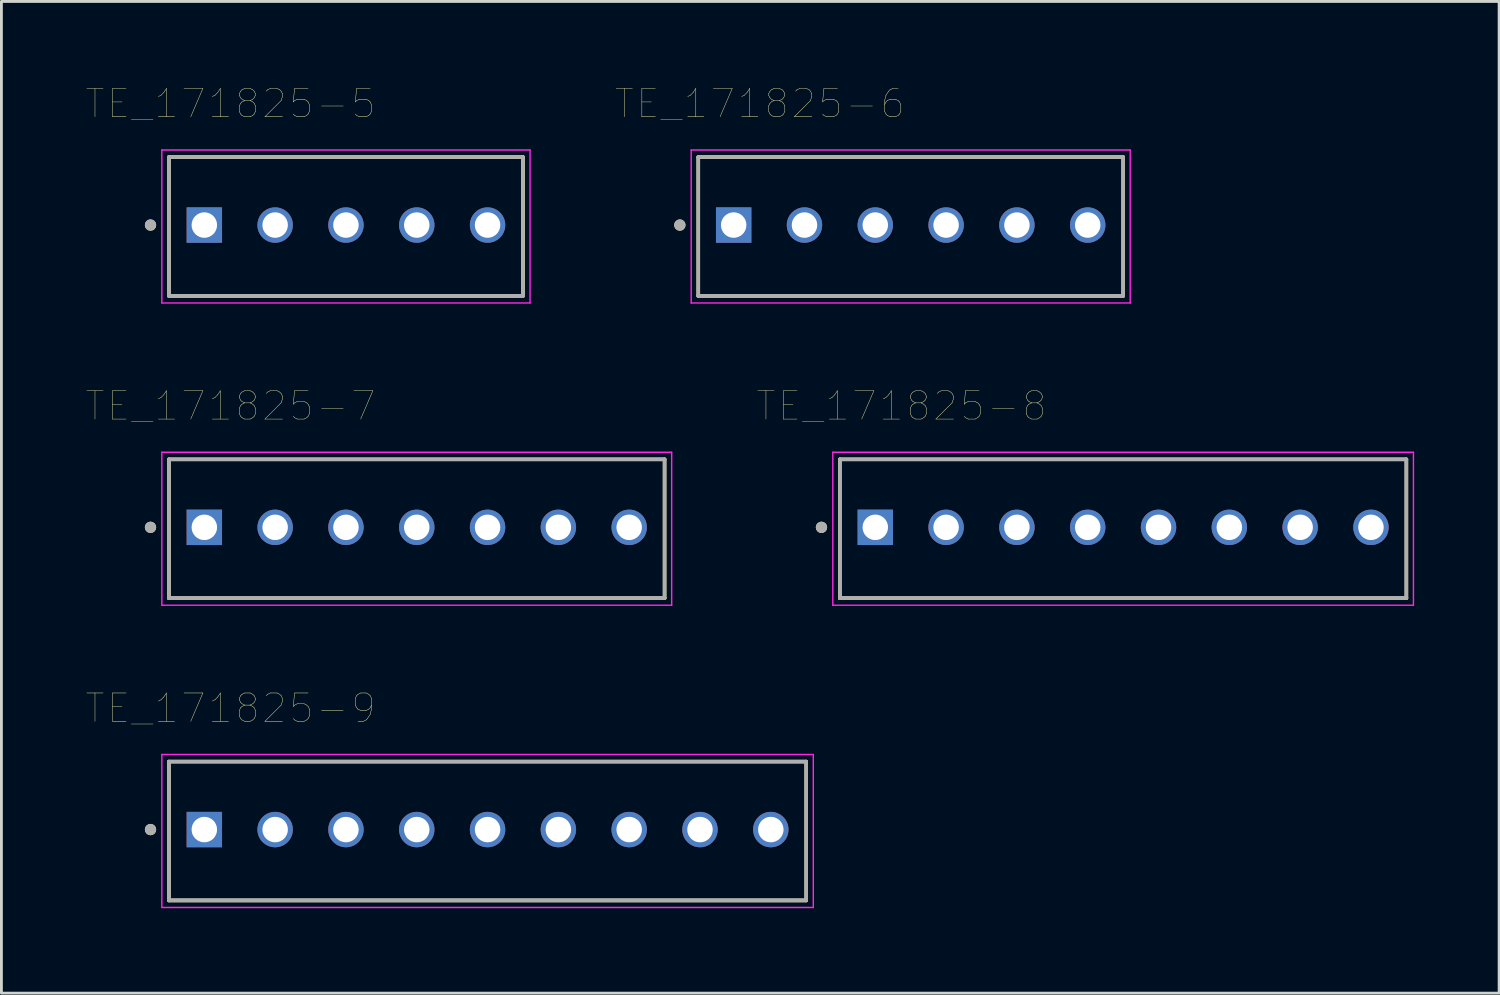
<source format=kicad_pcb>
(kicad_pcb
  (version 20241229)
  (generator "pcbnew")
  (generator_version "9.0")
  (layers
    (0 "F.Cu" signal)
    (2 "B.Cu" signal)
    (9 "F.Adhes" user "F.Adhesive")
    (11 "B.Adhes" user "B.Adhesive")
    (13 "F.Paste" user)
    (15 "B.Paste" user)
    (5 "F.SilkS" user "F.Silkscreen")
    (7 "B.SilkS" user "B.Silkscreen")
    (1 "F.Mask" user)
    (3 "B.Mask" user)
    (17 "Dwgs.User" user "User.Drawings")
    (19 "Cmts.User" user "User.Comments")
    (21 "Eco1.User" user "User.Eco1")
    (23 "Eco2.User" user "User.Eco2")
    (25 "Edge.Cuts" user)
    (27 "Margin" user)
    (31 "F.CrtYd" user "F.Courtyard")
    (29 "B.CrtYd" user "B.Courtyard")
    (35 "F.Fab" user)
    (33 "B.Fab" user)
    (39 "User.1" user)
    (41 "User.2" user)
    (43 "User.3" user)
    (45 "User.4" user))
  (footprint "TE_171825-9"
    (layer "F.Cu")
    (at 4.164 26.239)
    (property "Reference" "TE_171825-9" (at 0.925 -4.285 0) (layer "F.SilkS") (effects (font (size 1 1) (thickness 0.015))))
    (attr through_hole)
    (fp_line (start -1.25 2.5) (end -1.25 -2.4) (stroke (width 0.127) (type solid)) (layer "F.SilkS"))
    (fp_line (start 21.25 -2.4) (end -1.25 -2.4) (stroke (width 0.127) (type solid)) (layer "F.SilkS"))
    (fp_line (start 21.25 -2.4) (end 21.25 2.5) (stroke (width 0.127) (type solid)) (layer "F.SilkS"))
    (fp_line (start 21.25 2.5) (end -1.25 2.5) (stroke (width 0.127) (type solid)) (layer "F.SilkS"))
    (fp_circle (center -1.9 0) (end -1.8 0) (stroke (width 0.2) (type solid)) (fill no) (layer "F.SilkS"))
    (fp_line (start -1.5 -2.65) (end 21.5 -2.65) (stroke (width 0.05) (type solid)) (layer "F.CrtYd"))
    (fp_line (start -1.5 2.75) (end -1.5 -2.65) (stroke (width 0.05) (type solid)) (layer "F.CrtYd"))
    (fp_line (start 21.5 -2.65) (end 21.5 2.75) (stroke (width 0.05) (type solid)) (layer "F.CrtYd"))
    (fp_line (start 21.5 2.75) (end -1.5 2.75) (stroke (width 0.05) (type solid)) (layer "F.CrtYd"))
    (fp_line (start -1.25 -2.4) (end 21.25 -2.4) (stroke (width 0.127) (type solid)) (layer "F.Fab"))
    (fp_line (start -1.25 2.5) (end -1.25 -2.4) (stroke (width 0.127) (type solid)) (layer "F.Fab"))
    (fp_line (start -1.25 2.5) (end -1.25 2.5) (stroke (width 0.127) (type solid)) (layer "F.Fab"))
    (fp_line (start -1.25 2.5) (end 21.25 2.5) (stroke (width 0.127) (type solid)) (layer "F.Fab"))
    (fp_line (start 21.25 -2.4) (end 21.25 2.5) (stroke (width 0.127) (type solid)) (layer "F.Fab"))
    (fp_line (start 21.25 2.5) (end -1.25 2.5) (stroke (width 0.127) (type solid)) (layer "F.Fab"))
    (fp_line (start 21.25 2.5) (end 21.25 2.5) (stroke (width 0.127) (type solid)) (layer "F.Fab"))
    (fp_circle (center -1.9 0) (end -1.8 0) (stroke (width 0.2) (type solid)) (fill no) (layer "F.Fab"))
    (pad "1" thru_hole rect (at 0 0) (size 1.25 1.25) (drill 0.9) (layers "*.Cu" "*.Mask"))
    (pad "2" thru_hole circle (at 2.5 0) (size 1.25 1.25) (drill 0.9) (layers "*.Cu" "*.Mask"))
    (pad "3" thru_hole circle (at 5 0) (size 1.25 1.25) (drill 0.9) (layers "*.Cu" "*.Mask"))
    (pad "4" thru_hole circle (at 7.5 0) (size 1.25 1.25) (drill 0.9) (layers "*.Cu" "*.Mask"))
    (pad "5" thru_hole circle (at 10 0) (size 1.25 1.25) (drill 0.9) (layers "*.Cu" "*.Mask"))
    (pad "6" thru_hole circle (at 12.5 0) (size 1.25 1.25) (drill 0.9) (layers "*.Cu" "*.Mask"))
    (pad "7" thru_hole circle (at 15 0) (size 1.25 1.25) (drill 0.9) (layers "*.Cu" "*.Mask"))
    (pad "8" thru_hole circle (at 17.5 0) (size 1.25 1.25) (drill 0.9) (layers "*.Cu" "*.Mask"))
    (pad "9" thru_hole circle (at 20 0) (size 1.25 1.25) (drill 0.9) (layers "*.Cu" "*.Mask")))
  (footprint "TE_171825-5"
    (layer "F.Cu")
    (at 4.164 4.896)
    (property "Reference" "TE_171825-5" (at 0.925 -4.285 0) (layer "F.SilkS") (effects (font (size 1 1) (thickness 0.015))))
    (attr through_hole)
    (fp_line (start -1.25 2.5) (end -1.25 -2.4) (stroke (width 0.127) (type solid)) (layer "F.SilkS"))
    (fp_line (start 11.25 -2.4) (end -1.25 -2.4) (stroke (width 0.127) (type solid)) (layer "F.SilkS"))
    (fp_line (start 11.25 -2.4) (end 11.25 2.5) (stroke (width 0.127) (type solid)) (layer "F.SilkS"))
    (fp_line (start 11.25 2.5) (end -1.25 2.5) (stroke (width 0.127) (type solid)) (layer "F.SilkS"))
    (fp_circle (center -1.9 0) (end -1.8 0) (stroke (width 0.2) (type solid)) (fill no) (layer "F.SilkS"))
    (fp_line (start -1.5 -2.65) (end 11.5 -2.65) (stroke (width 0.05) (type solid)) (layer "F.CrtYd"))
    (fp_line (start -1.5 2.75) (end -1.5 -2.65) (stroke (width 0.05) (type solid)) (layer "F.CrtYd"))
    (fp_line (start 11.5 -2.65) (end 11.5 2.75) (stroke (width 0.05) (type solid)) (layer "F.CrtYd"))
    (fp_line (start 11.5 2.75) (end -1.5 2.75) (stroke (width 0.05) (type solid)) (layer "F.CrtYd"))
    (fp_line (start -1.25 -2.4) (end 11.25 -2.4) (stroke (width 0.127) (type solid)) (layer "F.Fab"))
    (fp_line (start -1.25 2.5) (end -1.25 -2.4) (stroke (width 0.127) (type solid)) (layer "F.Fab"))
    (fp_line (start -1.25 2.5) (end -1.25 2.5) (stroke (width 0.127) (type solid)) (layer "F.Fab"))
    (fp_line (start -1.25 2.5) (end 11.25 2.5) (stroke (width 0.127) (type solid)) (layer "F.Fab"))
    (fp_line (start 11.25 -2.4) (end 11.25 2.5) (stroke (width 0.127) (type solid)) (layer "F.Fab"))
    (fp_line (start 11.25 2.5) (end -1.25 2.5) (stroke (width 0.127) (type solid)) (layer "F.Fab"))
    (fp_line (start 11.25 2.5) (end 11.25 2.5) (stroke (width 0.127) (type solid)) (layer "F.Fab"))
    (fp_circle (center -1.9 0) (end -1.8 0) (stroke (width 0.2) (type solid)) (fill no) (layer "F.Fab"))
    (pad "1" thru_hole rect (at 0 0) (size 1.25 1.25) (drill 0.9) (layers "*.Cu" "*.Mask"))
    (pad "2" thru_hole circle (at 2.5 0) (size 1.25 1.25) (drill 0.9) (layers "*.Cu" "*.Mask"))
    (pad "3" thru_hole circle (at 5 0) (size 1.25 1.25) (drill 0.9) (layers "*.Cu" "*.Mask"))
    (pad "4" thru_hole circle (at 7.5 0) (size 1.25 1.25) (drill 0.9) (layers "*.Cu" "*.Mask"))
    (pad "5" thru_hole circle (at 10 0) (size 1.25 1.25) (drill 0.9) (layers "*.Cu" "*.Mask")))
  (footprint "TE_171825-6"
    (layer "F.Cu")
    (at 22.853 4.896)
    (property "Reference" "TE_171825-6" (at 0.925 -4.285 0) (layer "F.SilkS") (effects (font (size 1 1) (thickness 0.015))))
    (attr through_hole)
    (fp_line (start -1.25 2.5) (end -1.25 -2.4) (stroke (width 0.127) (type solid)) (layer "F.SilkS"))
    (fp_line (start 13.75 -2.4) (end -1.25 -2.4) (stroke (width 0.127) (type solid)) (layer "F.SilkS"))
    (fp_line (start 13.75 -2.4) (end 13.75 2.5) (stroke (width 0.127) (type solid)) (layer "F.SilkS"))
    (fp_line (start 13.75 2.5) (end -1.25 2.5) (stroke (width 0.127) (type solid)) (layer "F.SilkS"))
    (fp_circle (center -1.9 0) (end -1.8 0) (stroke (width 0.2) (type solid)) (fill no) (layer "F.SilkS"))
    (fp_line (start -1.5 -2.65) (end 14 -2.65) (stroke (width 0.05) (type solid)) (layer "F.CrtYd"))
    (fp_line (start -1.5 2.75) (end -1.5 -2.65) (stroke (width 0.05) (type solid)) (layer "F.CrtYd"))
    (fp_line (start 14 -2.65) (end 14 2.75) (stroke (width 0.05) (type solid)) (layer "F.CrtYd"))
    (fp_line (start 14 2.75) (end -1.5 2.75) (stroke (width 0.05) (type solid)) (layer "F.CrtYd"))
    (fp_line (start -1.25 -2.4) (end 13.75 -2.4) (stroke (width 0.127) (type solid)) (layer "F.Fab"))
    (fp_line (start -1.25 2.5) (end -1.25 -2.4) (stroke (width 0.127) (type solid)) (layer "F.Fab"))
    (fp_line (start -1.25 2.5) (end -1.25 2.5) (stroke (width 0.127) (type solid)) (layer "F.Fab"))
    (fp_line (start -1.25 2.5) (end 13.75 2.5) (stroke (width 0.127) (type solid)) (layer "F.Fab"))
    (fp_line (start 13.75 -2.4) (end 13.75 2.5) (stroke (width 0.127) (type solid)) (layer "F.Fab"))
    (fp_line (start 13.75 2.5) (end -1.25 2.5) (stroke (width 0.127) (type solid)) (layer "F.Fab"))
    (fp_line (start 13.75 2.5) (end 13.75 2.5) (stroke (width 0.127) (type solid)) (layer "F.Fab"))
    (fp_circle (center -1.9 0) (end -1.8 0) (stroke (width 0.2) (type solid)) (fill no) (layer "F.Fab"))
    (pad "1" thru_hole rect (at 0 0) (size 1.25 1.25) (drill 0.9) (layers "*.Cu" "*.Mask"))
    (pad "2" thru_hole circle (at 2.5 0) (size 1.25 1.25) (drill 0.9) (layers "*.Cu" "*.Mask"))
    (pad "3" thru_hole circle (at 5 0) (size 1.25 1.25) (drill 0.9) (layers "*.Cu" "*.Mask"))
    (pad "4" thru_hole circle (at 7.5 0) (size 1.25 1.25) (drill 0.9) (layers "*.Cu" "*.Mask"))
    (pad "5" thru_hole circle (at 10 0) (size 1.25 1.25) (drill 0.9) (layers "*.Cu" "*.Mask"))
    (pad "6" thru_hole circle (at 12.5 0) (size 1.25 1.25) (drill 0.9) (layers "*.Cu" "*.Mask")))
  (footprint "TE_171825-8"
    (layer "F.Cu")
    (at 27.853 15.568)
    (property "Reference" "TE_171825-8" (at 0.925 -4.285 0) (layer "F.SilkS") (effects (font (size 1 1) (thickness 0.015))))
    (attr through_hole)
    (fp_line (start -1.25 2.5) (end -1.25 -2.4) (stroke (width 0.127) (type solid)) (layer "F.SilkS"))
    (fp_line (start 18.75 -2.4) (end -1.25 -2.4) (stroke (width 0.127) (type solid)) (layer "F.SilkS"))
    (fp_line (start 18.75 -2.4) (end 18.75 2.5) (stroke (width 0.127) (type solid)) (layer "F.SilkS"))
    (fp_line (start 18.75 2.5) (end -1.25 2.5) (stroke (width 0.127) (type solid)) (layer "F.SilkS"))
    (fp_circle (center -1.9 0) (end -1.8 0) (stroke (width 0.2) (type solid)) (fill no) (layer "F.SilkS"))
    (fp_line (start -1.5 -2.65) (end 19 -2.65) (stroke (width 0.05) (type solid)) (layer "F.CrtYd"))
    (fp_line (start -1.5 2.75) (end -1.5 -2.65) (stroke (width 0.05) (type solid)) (layer "F.CrtYd"))
    (fp_line (start 19 -2.65) (end 19 2.75) (stroke (width 0.05) (type solid)) (layer "F.CrtYd"))
    (fp_line (start 19 2.75) (end -1.5 2.75) (stroke (width 0.05) (type solid)) (layer "F.CrtYd"))
    (fp_line (start -1.25 -2.4) (end 18.75 -2.4) (stroke (width 0.127) (type solid)) (layer "F.Fab"))
    (fp_line (start -1.25 2.5) (end -1.25 -2.4) (stroke (width 0.127) (type solid)) (layer "F.Fab"))
    (fp_line (start -1.25 2.5) (end -1.25 2.5) (stroke (width 0.127) (type solid)) (layer "F.Fab"))
    (fp_line (start -1.25 2.5) (end 18.75 2.5) (stroke (width 0.127) (type solid)) (layer "F.Fab"))
    (fp_line (start 18.75 -2.4) (end 18.75 2.5) (stroke (width 0.127) (type solid)) (layer "F.Fab"))
    (fp_line (start 18.75 2.5) (end -1.25 2.5) (stroke (width 0.127) (type solid)) (layer "F.Fab"))
    (fp_line (start 18.75 2.5) (end 18.75 2.5) (stroke (width 0.127) (type solid)) (layer "F.Fab"))
    (fp_circle (center -1.9 0) (end -1.8 0) (stroke (width 0.2) (type solid)) (fill no) (layer "F.Fab"))
    (pad "1" thru_hole rect (at 0 0) (size 1.25 1.25) (drill 0.9) (layers "*.Cu" "*.Mask"))
    (pad "2" thru_hole circle (at 2.5 0) (size 1.25 1.25) (drill 0.9) (layers "*.Cu" "*.Mask"))
    (pad "3" thru_hole circle (at 5 0) (size 1.25 1.25) (drill 0.9) (layers "*.Cu" "*.Mask"))
    (pad "4" thru_hole circle (at 7.5 0) (size 1.25 1.25) (drill 0.9) (layers "*.Cu" "*.Mask"))
    (pad "5" thru_hole circle (at 10 0) (size 1.25 1.25) (drill 0.9) (layers "*.Cu" "*.Mask"))
    (pad "6" thru_hole circle (at 12.5 0) (size 1.25 1.25) (drill 0.9) (layers "*.Cu" "*.Mask"))
    (pad "7" thru_hole circle (at 15 0) (size 1.25 1.25) (drill 0.9) (layers "*.Cu" "*.Mask"))
    (pad "8" thru_hole circle (at 17.5 0) (size 1.25 1.25) (drill 0.9) (layers "*.Cu" "*.Mask")))
  (footprint "TE_171825-7"
    (layer "F.Cu")
    (at 4.164 15.568)
    (property "Reference" "TE_171825-7" (at 0.925 -4.285 0) (layer "F.SilkS") (effects (font (size 1 1) (thickness 0.015))))
    (attr through_hole)
    (fp_line (start -1.25 2.5) (end -1.25 -2.4) (stroke (width 0.127) (type solid)) (layer "F.SilkS"))
    (fp_line (start 16.25 -2.4) (end -1.25 -2.4) (stroke (width 0.127) (type solid)) (layer "F.SilkS"))
    (fp_line (start 16.25 -2.4) (end 16.25 2.5) (stroke (width 0.127) (type solid)) (layer "F.SilkS"))
    (fp_line (start 16.25 2.5) (end -1.25 2.5) (stroke (width 0.127) (type solid)) (layer "F.SilkS"))
    (fp_circle (center -1.9 0) (end -1.8 0) (stroke (width 0.2) (type solid)) (fill no) (layer "F.SilkS"))
    (fp_line (start -1.5 -2.65) (end 16.5 -2.65) (stroke (width 0.05) (type solid)) (layer "F.CrtYd"))
    (fp_line (start -1.5 2.75) (end -1.5 -2.65) (stroke (width 0.05) (type solid)) (layer "F.CrtYd"))
    (fp_line (start 16.5 -2.65) (end 16.5 2.75) (stroke (width 0.05) (type solid)) (layer "F.CrtYd"))
    (fp_line (start 16.5 2.75) (end -1.5 2.75) (stroke (width 0.05) (type solid)) (layer "F.CrtYd"))
    (fp_line (start -1.25 -2.4) (end 16.25 -2.4) (stroke (width 0.127) (type solid)) (layer "F.Fab"))
    (fp_line (start -1.25 2.5) (end -1.25 -2.4) (stroke (width 0.127) (type solid)) (layer "F.Fab"))
    (fp_line (start -1.25 2.5) (end -1.25 2.5) (stroke (width 0.127) (type solid)) (layer "F.Fab"))
    (fp_line (start -1.25 2.5) (end 16.25 2.5) (stroke (width 0.127) (type solid)) (layer "F.Fab"))
    (fp_line (start 16.25 -2.4) (end 16.25 2.5) (stroke (width 0.127) (type solid)) (layer "F.Fab"))
    (fp_line (start 16.25 2.5) (end -1.25 2.5) (stroke (width 0.127) (type solid)) (layer "F.Fab"))
    (fp_line (start 16.25 2.5) (end 16.25 2.5) (stroke (width 0.127) (type solid)) (layer "F.Fab"))
    (fp_circle (center -1.9 0) (end -1.8 0) (stroke (width 0.2) (type solid)) (fill no) (layer "F.Fab"))
    (pad "1" thru_hole rect (at 0 0) (size 1.25 1.25) (drill 0.9) (layers "*.Cu" "*.Mask"))
    (pad "2" thru_hole circle (at 2.5 0) (size 1.25 1.25) (drill 0.9) (layers "*.Cu" "*.Mask"))
    (pad "3" thru_hole circle (at 5 0) (size 1.25 1.25) (drill 0.9) (layers "*.Cu" "*.Mask"))
    (pad "4" thru_hole circle (at 7.5 0) (size 1.25 1.25) (drill 0.9) (layers "*.Cu" "*.Mask"))
    (pad "5" thru_hole circle (at 10 0) (size 1.25 1.25) (drill 0.9) (layers "*.Cu" "*.Mask"))
    (pad "6" thru_hole circle (at 12.5 0) (size 1.25 1.25) (drill 0.9) (layers "*.Cu" "*.Mask"))
    (pad "7" thru_hole circle (at 15 0) (size 1.25 1.25) (drill 0.9) (layers "*.Cu" "*.Mask")))
  (gr_rect
    (start -3 -3)
    (end 49.878 32.014)
    (stroke (width 0.1) (type default))
    (fill no)
    (layer "Edge.Cuts")))
</source>
